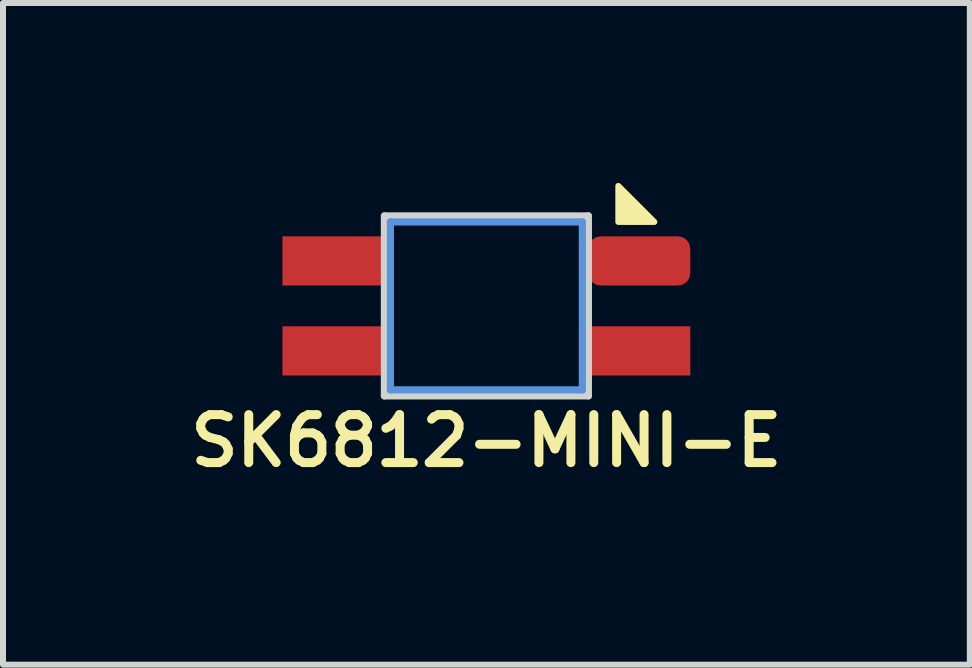
<source format=kicad_pcb>
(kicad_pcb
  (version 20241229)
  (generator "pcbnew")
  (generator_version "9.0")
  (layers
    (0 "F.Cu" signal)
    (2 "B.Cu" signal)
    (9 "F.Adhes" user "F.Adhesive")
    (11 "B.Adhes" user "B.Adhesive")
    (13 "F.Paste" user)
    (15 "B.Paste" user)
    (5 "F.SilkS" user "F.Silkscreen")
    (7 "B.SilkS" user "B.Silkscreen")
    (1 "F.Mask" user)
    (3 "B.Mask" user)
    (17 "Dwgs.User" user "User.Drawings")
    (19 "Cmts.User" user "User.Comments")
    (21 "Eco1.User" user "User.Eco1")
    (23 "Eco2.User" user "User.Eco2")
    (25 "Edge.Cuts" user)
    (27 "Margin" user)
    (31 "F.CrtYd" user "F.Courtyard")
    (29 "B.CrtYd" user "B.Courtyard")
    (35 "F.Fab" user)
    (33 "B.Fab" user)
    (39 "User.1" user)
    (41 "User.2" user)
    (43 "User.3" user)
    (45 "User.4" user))
  (footprint "SK6812-MINI-E"
    (layer "F.Cu")
    (at 5.059 2.05)
    (property "Reference" "SK6812-MINI-E" (at 0 2.25 0) (unlocked yes) (layer "F.SilkS") (effects (font (size 0.8 0.8) (thickness 0.15))))
    (attr through_hole)
    (fp_poly (pts (xy 2.8 -1.4) (xy 2.2 -1.4) (xy 2.2 -2)) (stroke (width 0.1) (type solid)) (fill yes) (layer "F.SilkS"))
    (fp_line (start -1.6 -1.4) (end 1.6 -1.4) (stroke (width 0.12) (type solid)) (layer "Cmts.User"))
    (fp_line (start -1.6 1.4) (end -1.6 -1.4) (stroke (width 0.12) (type solid)) (layer "Cmts.User"))
    (fp_line (start 1.6 -1.4) (end 1.6 1.4) (stroke (width 0.12) (type solid)) (layer "Cmts.User"))
    (fp_line (start 1.6 1.4) (end -1.6 1.4) (stroke (width 0.12) (type solid)) (layer "Cmts.User"))
    (fp_line (start -1.7 -1.5) (end 1.7 -1.5) (stroke (width 0.12) (type solid)) (layer "Edge.Cuts"))
    (fp_line (start -1.7 1.5) (end -1.7 -1.5) (stroke (width 0.12) (type solid)) (layer "Edge.Cuts"))
    (fp_line (start 1.7 -1.5) (end 1.7 1.5) (stroke (width 0.12) (type solid)) (layer "Edge.Cuts"))
    (fp_line (start 1.7 1.5) (end -1.7 1.5) (stroke (width 0.12) (type solid)) (layer "Edge.Cuts"))
    (pad "1" smd rect (at -2.55 0.75) (size 1.7 0.82) (layers "F.Cu" "F.Mask" "F.Paste"))
    (pad "2" smd rect (at -2.55 -0.75) (size 1.7 0.82) (layers "F.Cu" "F.Mask" "F.Paste"))
    (pad "3" smd roundrect (at 2.55 -0.75) (size 1.7 0.82) (layers "F.Cu" "F.Mask" "F.Paste") (roundrect_rratio 0.25))
    (pad "4" smd rect (at 2.55 0.75) (size 1.7 0.82) (layers "F.Cu" "F.Mask" "F.Paste")))
  (gr_rect
    (start -3 -3)
    (end 13.119 8.031)
    (stroke (width 0.1) (type default))
    (fill no)
    (layer "Edge.Cuts")))
</source>
